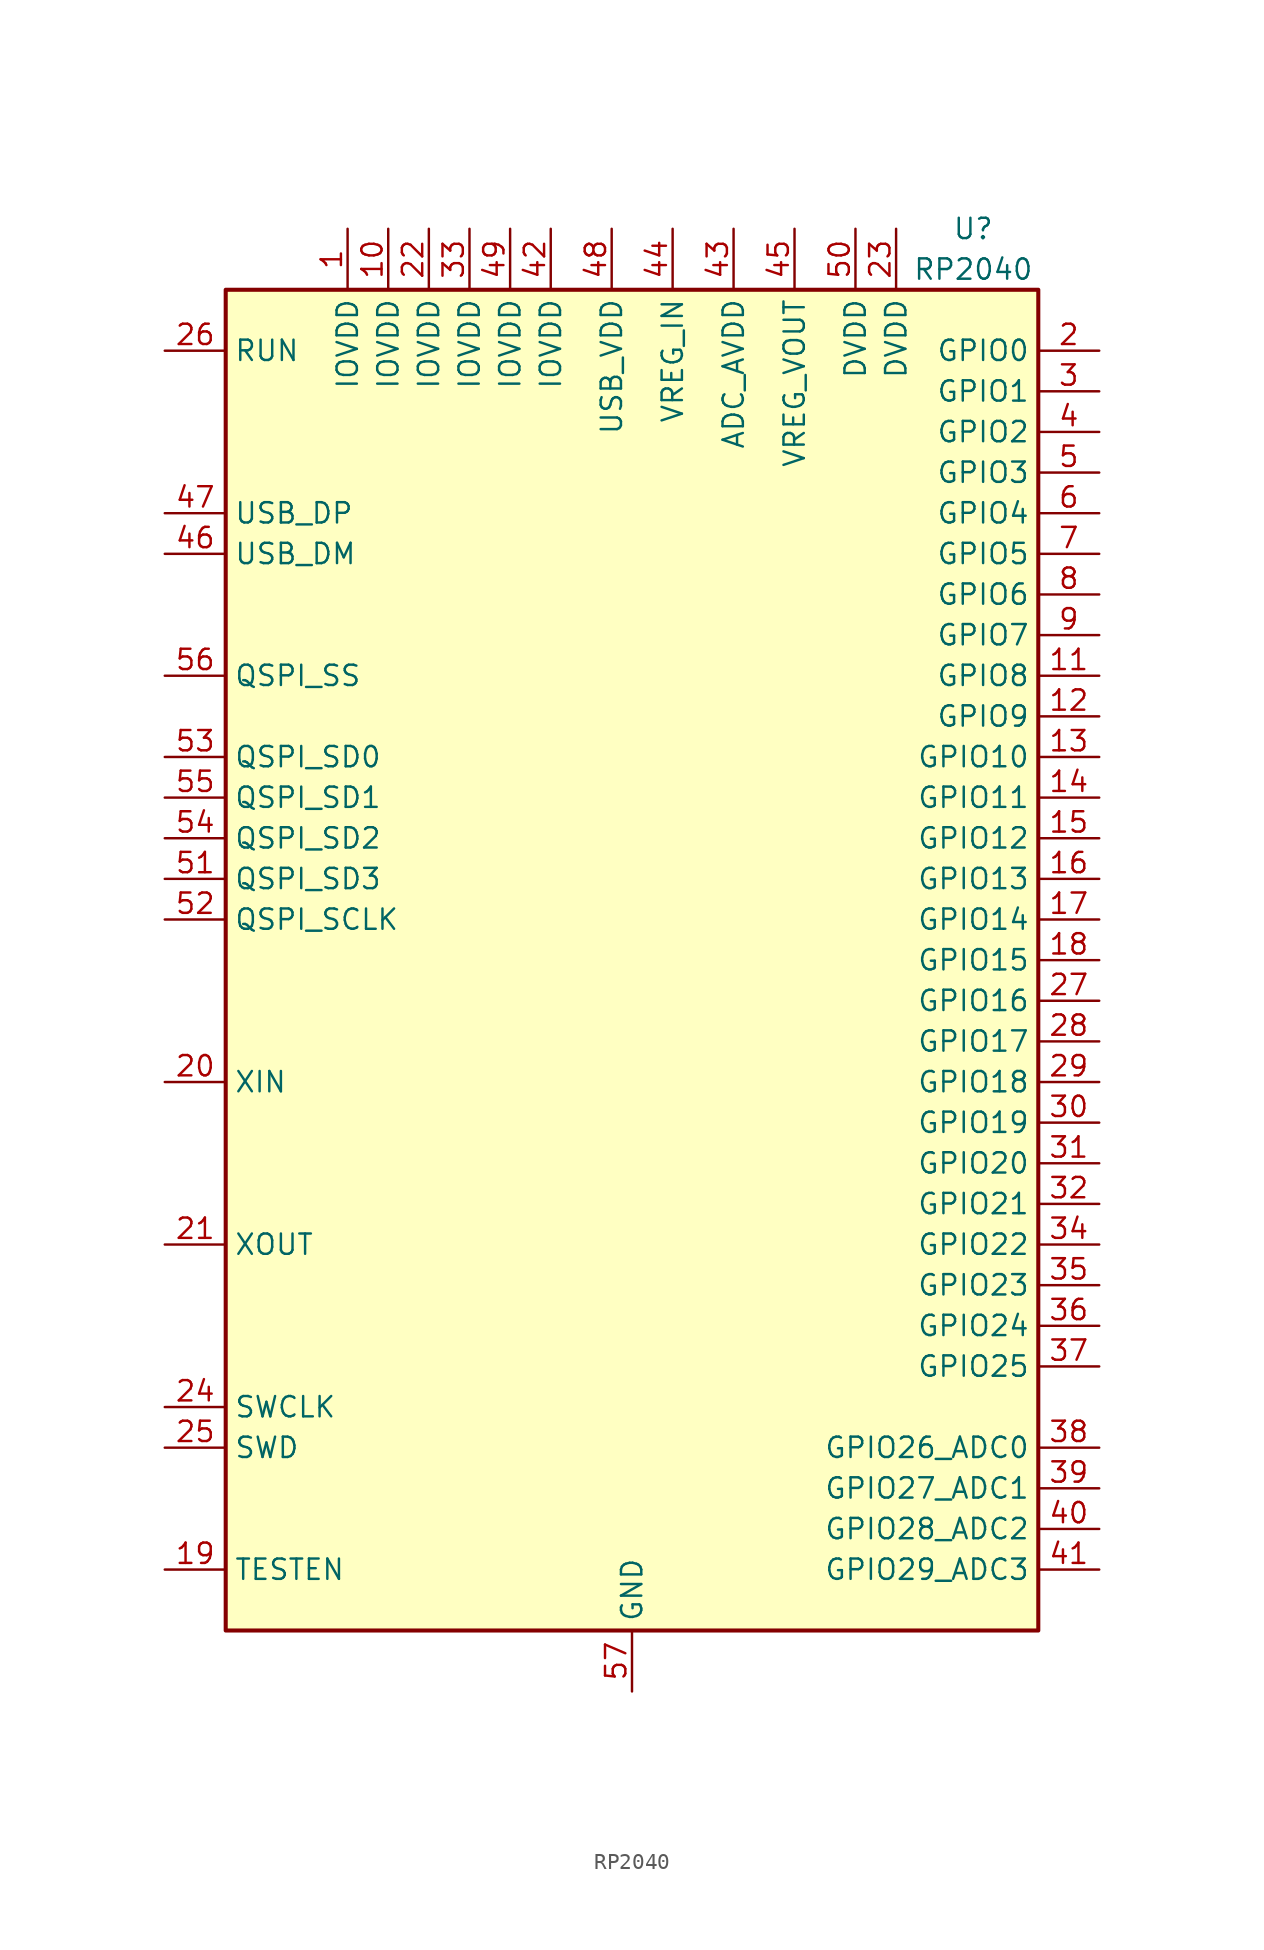
<source format=kicad_sym>
(kicad_symbol_lib
  (version 20241209)
  (generator "kicad_symbol_editor")
  (generator_version "9.0")
  (symbol "RP2040"
    (property "Reference" "U"
      (at 21.336 45.72 0)
      (effects (font (size 1.27 1.27))))
    (property "Value" "RP2040"
      (at 21.336 43.18 0)
      (effects (font (size 1.27 1.27))))
    (symbol "RP2040_0_1"
      (rectangle (start -25.4 41.91) (end 25.4 -41.91) (stroke (width 0.254) (type default)) (fill (type background))))
    (symbol "RP2040_1_1"
      (pin input line (at -29.21 38.1 0) (length 3.81) (name "RUN" (effects (font (size 1.27 1.27)))) (number "26" (effects (font (size 1.27 1.27)))))
      (pin bidirectional line (at -29.21 27.94 0) (length 3.81) (name "USB_DP" (effects (font (size 1.27 1.27)))) (number "47" (effects (font (size 1.27 1.27)))))
      (pin bidirectional line (at -29.21 25.4 0) (length 3.81) (name "USB_DM" (effects (font (size 1.27 1.27)))) (number "46" (effects (font (size 1.27 1.27)))))
      (pin bidirectional line (at -29.21 17.78 0) (length 3.81) (name "QSPI_SS" (effects (font (size 1.27 1.27)))) (number "56" (effects (font (size 1.27 1.27)))))
      (pin bidirectional line (at -29.21 12.7 0) (length 3.81) (name "QSPI_SD0" (effects (font (size 1.27 1.27)))) (number "53" (effects (font (size 1.27 1.27)))))
      (pin bidirectional line (at -29.21 10.16 0) (length 3.81) (name "QSPI_SD1" (effects (font (size 1.27 1.27)))) (number "55" (effects (font (size 1.27 1.27)))))
      (pin bidirectional line (at -29.21 7.62 0) (length 3.81) (name "QSPI_SD2" (effects (font (size 1.27 1.27)))) (number "54" (effects (font (size 1.27 1.27)))))
      (pin bidirectional line (at -29.21 5.08 0) (length 3.81) (name "QSPI_SD3" (effects (font (size 1.27 1.27)))) (number "51" (effects (font (size 1.27 1.27)))))
      (pin output line (at -29.21 2.54 0) (length 3.81) (name "QSPI_SCLK" (effects (font (size 1.27 1.27)))) (number "52" (effects (font (size 1.27 1.27)))))
      (pin input line (at -29.21 -7.62 0) (length 3.81) (name "XIN" (effects (font (size 1.27 1.27)))) (number "20" (effects (font (size 1.27 1.27)))))
      (pin passive line (at -29.21 -17.78 0) (length 3.81) (name "XOUT" (effects (font (size 1.27 1.27)))) (number "21" (effects (font (size 1.27 1.27)))))
      (pin input line (at -29.21 -27.94 0) (length 3.81) (name "SWCLK" (effects (font (size 1.27 1.27)))) (number "24" (effects (font (size 1.27 1.27)))))
      (pin bidirectional line (at -29.21 -30.48 0) (length 3.81) (name "SWD" (effects (font (size 1.27 1.27)))) (number "25" (effects (font (size 1.27 1.27)))))
      (pin input line (at -29.21 -38.1 0) (length 3.81) (name "TESTEN" (effects (font (size 1.27 1.27)))) (number "19" (effects (font (size 1.27 1.27)))))
      (pin power_in line (at -17.78 45.72 270) (length 3.81) (name "IOVDD" (effects (font (size 1.27 1.27)))) (number "1" (effects (font (size 1.27 1.27)))))
      (pin passive line (at -15.24 45.72 270) (length 3.81) (name "IOVDD" (effects (font (size 1.27 1.27)))) (number "10" (effects (font (size 1.27 1.27)))))
      (pin passive line (at -12.7 45.72 270) (length 3.81) (name "IOVDD" (effects (font (size 1.27 1.27)))) (number "22" (effects (font (size 1.27 1.27)))))
      (pin passive line (at -10.16 45.72 270) (length 3.81) (name "IOVDD" (effects (font (size 1.27 1.27)))) (number "33" (effects (font (size 1.27 1.27)))))
      (pin passive line (at -7.62 45.72 270) (length 3.81) (name "IOVDD" (effects (font (size 1.27 1.27)))) (number "49" (effects (font (size 1.27 1.27)))))
      (pin passive line (at -5.08 45.72 270) (length 3.81) (name "IOVDD" (effects (font (size 1.27 1.27)))) (number "42" (effects (font (size 1.27 1.27)))))
      (pin power_in line (at -1.27 45.72 270) (length 3.81) (name "USB_VDD" (effects (font (size 1.27 1.27)))) (number "48" (effects (font (size 1.27 1.27)))))
      (pin power_in line (at 0 -45.72 90) (length 3.81) (name "GND" (effects (font (size 1.27 1.27)))) (number "57" (effects (font (size 1.27 1.27)))))
      (pin power_in line (at 2.54 45.72 270) (length 3.81) (name "VREG_IN" (effects (font (size 1.27 1.27)))) (number "44" (effects (font (size 1.27 1.27)))))
      (pin power_in line (at 6.35 45.72 270) (length 3.81) (name "ADC_AVDD" (effects (font (size 1.27 1.27)))) (number "43" (effects (font (size 1.27 1.27)))))
      (pin power_out line (at 10.16 45.72 270) (length 3.81) (name "VREG_VOUT" (effects (font (size 1.27 1.27)))) (number "45" (effects (font (size 1.27 1.27)))))
      (pin passive line (at 13.97 45.72 270) (length 3.81) (name "DVDD" (effects (font (size 1.27 1.27)))) (number "50" (effects (font (size 1.27 1.27)))))
      (pin power_in line (at 16.51 45.72 270) (length 3.81) (name "DVDD" (effects (font (size 1.27 1.27)))) (number "23" (effects (font (size 1.27 1.27)))))
      (pin bidirectional line (at 29.21 38.1 180) (length 3.81) (name "GPIO0" (effects (font (size 1.27 1.27)))) (number "2" (effects (font (size 1.27 1.27)))))
      (pin bidirectional line (at 29.21 35.56 180) (length 3.81) (name "GPIO1" (effects (font (size 1.27 1.27)))) (number "3" (effects (font (size 1.27 1.27)))))
      (pin bidirectional line (at 29.21 33.02 180) (length 3.81) (name "GPIO2" (effects (font (size 1.27 1.27)))) (number "4" (effects (font (size 1.27 1.27)))))
      (pin bidirectional line (at 29.21 30.48 180) (length 3.81) (name "GPIO3" (effects (font (size 1.27 1.27)))) (number "5" (effects (font (size 1.27 1.27)))))
      (pin bidirectional line (at 29.21 27.94 180) (length 3.81) (name "GPIO4" (effects (font (size 1.27 1.27)))) (number "6" (effects (font (size 1.27 1.27)))))
      (pin bidirectional line (at 29.21 25.4 180) (length 3.81) (name "GPIO5" (effects (font (size 1.27 1.27)))) (number "7" (effects (font (size 1.27 1.27)))))
      (pin bidirectional line (at 29.21 22.86 180) (length 3.81) (name "GPIO6" (effects (font (size 1.27 1.27)))) (number "8" (effects (font (size 1.27 1.27)))))
      (pin bidirectional line (at 29.21 20.32 180) (length 3.81) (name "GPIO7" (effects (font (size 1.27 1.27)))) (number "9" (effects (font (size 1.27 1.27)))))
      (pin bidirectional line (at 29.21 17.78 180) (length 3.81) (name "GPIO8" (effects (font (size 1.27 1.27)))) (number "11" (effects (font (size 1.27 1.27)))))
      (pin bidirectional line (at 29.21 15.24 180) (length 3.81) (name "GPIO9" (effects (font (size 1.27 1.27)))) (number "12" (effects (font (size 1.27 1.27)))))
      (pin bidirectional line (at 29.21 12.7 180) (length 3.81) (name "GPIO10" (effects (font (size 1.27 1.27)))) (number "13" (effects (font (size 1.27 1.27)))))
      (pin bidirectional line (at 29.21 10.16 180) (length 3.81) (name "GPIO11" (effects (font (size 1.27 1.27)))) (number "14" (effects (font (size 1.27 1.27)))))
      (pin bidirectional line (at 29.21 7.62 180) (length 3.81) (name "GPIO12" (effects (font (size 1.27 1.27)))) (number "15" (effects (font (size 1.27 1.27)))))
      (pin bidirectional line (at 29.21 5.08 180) (length 3.81) (name "GPIO13" (effects (font (size 1.27 1.27)))) (number "16" (effects (font (size 1.27 1.27)))))
      (pin bidirectional line (at 29.21 2.54 180) (length 3.81) (name "GPIO14" (effects (font (size 1.27 1.27)))) (number "17" (effects (font (size 1.27 1.27)))))
      (pin bidirectional line (at 29.21 0 180) (length 3.81) (name "GPIO15" (effects (font (size 1.27 1.27)))) (number "18" (effects (font (size 1.27 1.27)))))
      (pin bidirectional line (at 29.21 -2.54 180) (length 3.81) (name "GPIO16" (effects (font (size 1.27 1.27)))) (number "27" (effects (font (size 1.27 1.27)))))
      (pin bidirectional line (at 29.21 -5.08 180) (length 3.81) (name "GPIO17" (effects (font (size 1.27 1.27)))) (number "28" (effects (font (size 1.27 1.27)))))
      (pin bidirectional line (at 29.21 -7.62 180) (length 3.81) (name "GPIO18" (effects (font (size 1.27 1.27)))) (number "29" (effects (font (size 1.27 1.27)))))
      (pin bidirectional line (at 29.21 -10.16 180) (length 3.81) (name "GPIO19" (effects (font (size 1.27 1.27)))) (number "30" (effects (font (size 1.27 1.27)))))
      (pin bidirectional line (at 29.21 -12.7 180) (length 3.81) (name "GPIO20" (effects (font (size 1.27 1.27)))) (number "31" (effects (font (size 1.27 1.27)))))
      (pin bidirectional line (at 29.21 -15.24 180) (length 3.81) (name "GPIO21" (effects (font (size 1.27 1.27)))) (number "32" (effects (font (size 1.27 1.27)))))
      (pin bidirectional line (at 29.21 -17.78 180) (length 3.81) (name "GPIO22" (effects (font (size 1.27 1.27)))) (number "34" (effects (font (size 1.27 1.27)))))
      (pin bidirectional line (at 29.21 -20.32 180) (length 3.81) (name "GPIO23" (effects (font (size 1.27 1.27)))) (number "35" (effects (font (size 1.27 1.27)))))
      (pin bidirectional line (at 29.21 -22.86 180) (length 3.81) (name "GPIO24" (effects (font (size 1.27 1.27)))) (number "36" (effects (font (size 1.27 1.27)))))
      (pin bidirectional line (at 29.21 -25.4 180) (length 3.81) (name "GPIO25" (effects (font (size 1.27 1.27)))) (number "37" (effects (font (size 1.27 1.27)))))
      (pin bidirectional line (at 29.21 -30.48 180) (length 3.81) (name "GPIO26_ADC0" (effects (font (size 1.27 1.27)))) (number "38" (effects (font (size 1.27 1.27)))))
      (pin bidirectional line (at 29.21 -33.02 180) (length 3.81) (name "GPIO27_ADC1" (effects (font (size 1.27 1.27)))) (number "39" (effects (font (size 1.27 1.27)))))
      (pin bidirectional line (at 29.21 -35.56 180) (length 3.81) (name "GPIO28_ADC2" (effects (font (size 1.27 1.27)))) (number "40" (effects (font (size 1.27 1.27)))))
      (pin bidirectional line (at 29.21 -38.1 180) (length 3.81) (name "GPIO29_ADC3" (effects (font (size 1.27 1.27)))) (number "41" (effects (font (size 1.27 1.27))))))))
</source>
